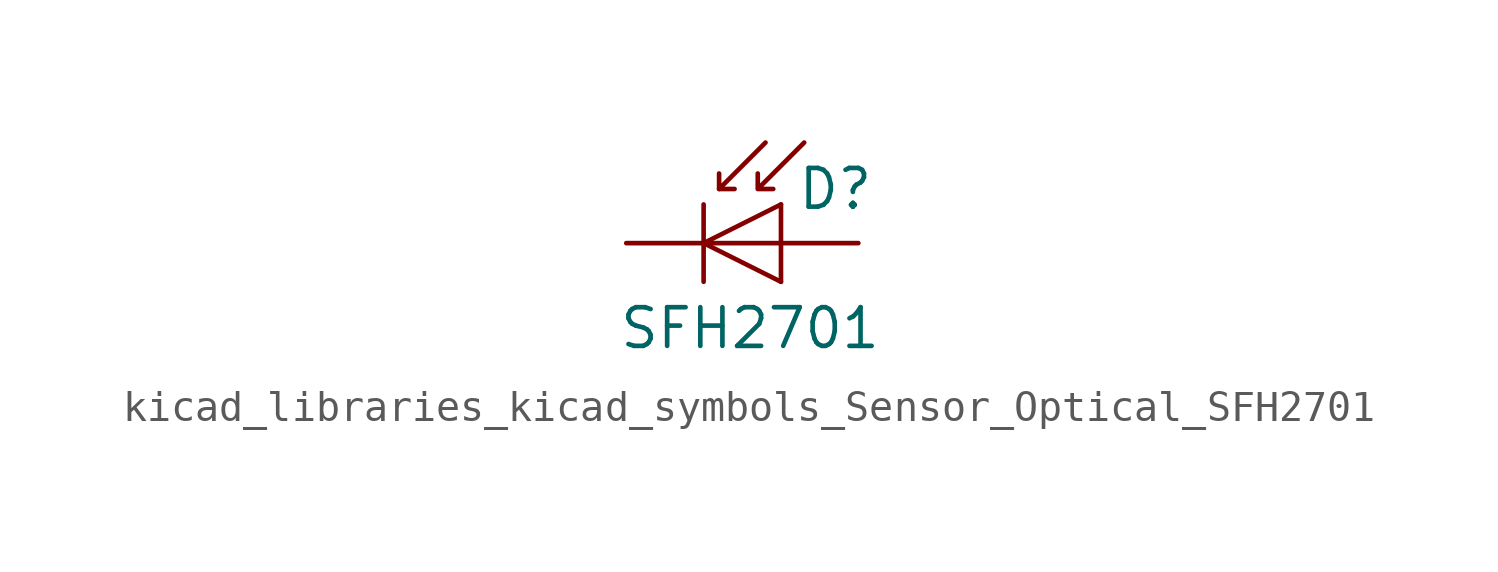
<source format=kicad_sym>
(kicad_symbol_lib
  (version 20220914)
  (generator kicad_symbol_editor)
  (symbol "kicad_libraries_kicad_symbols_Sensor_Optical_SFH2701"
    (pin_numbers hide)
    (pin_names
      (offset 1.016) hide)
    (property "Reference" "D"
      (at 0.508 1.778 0)
      (effects (font (size 1.27 1.27)) (justify left)))
    (property "Value" "SFH2701"
      (at -1.016 -2.794 0)
      (effects (font (size 1.27 1.27))))
    (symbol "kicad_libraries_kicad_symbols_Sensor_Optical_SFH2701_0_1"
      (polyline (pts (xy -2.54 1.27) (xy -2.54 -1.27)) (stroke (width 0.152) (type default)) (fill (type none)))
      (polyline (pts (xy -2.032 1.778) (xy -1.524 1.778)) (stroke (width 0) (type default)) (fill (type none)))
      (polyline (pts (xy 0 0) (xy -2.54 0)) (stroke (width 0) (type default)) (fill (type none)))
      (polyline (pts (xy 0 1.27) (xy 0 -1.27)) (stroke (width 0) (type default)) (fill (type none)))
      (polyline (pts (xy -0.508 3.302) (xy -2.032 1.778) (xy -2.032 2.286)) (stroke (width 0) (type default)) (fill (type none)))
      (polyline (pts (xy 0 1.27) (xy -2.54 0) (xy 0 -1.27)) (stroke (width 0) (type default)) (fill (type none)))
      (polyline (pts (xy 0.762 3.302) (xy -0.762 1.778) (xy -0.762 2.286) (xy -0.762 1.778) (xy -0.254 1.778)) (stroke (width 0) (type default)) (fill (type none))))
    (symbol "kicad_libraries_kicad_symbols_Sensor_Optical_SFH2701_1_1"
      (pin passive line (at -5.08 0 0) (length 2.54) (name "K" (effects (font (size 1.27 1.27)))) (number "1" (effects (font (size 1.27 1.27)))))
      (pin passive line (at 2.54 0 180) (length 2.54) (name "A" (effects (font (size 1.27 1.27)))) (number "2" (effects (font (size 1.27 1.27))))))))
</source>
